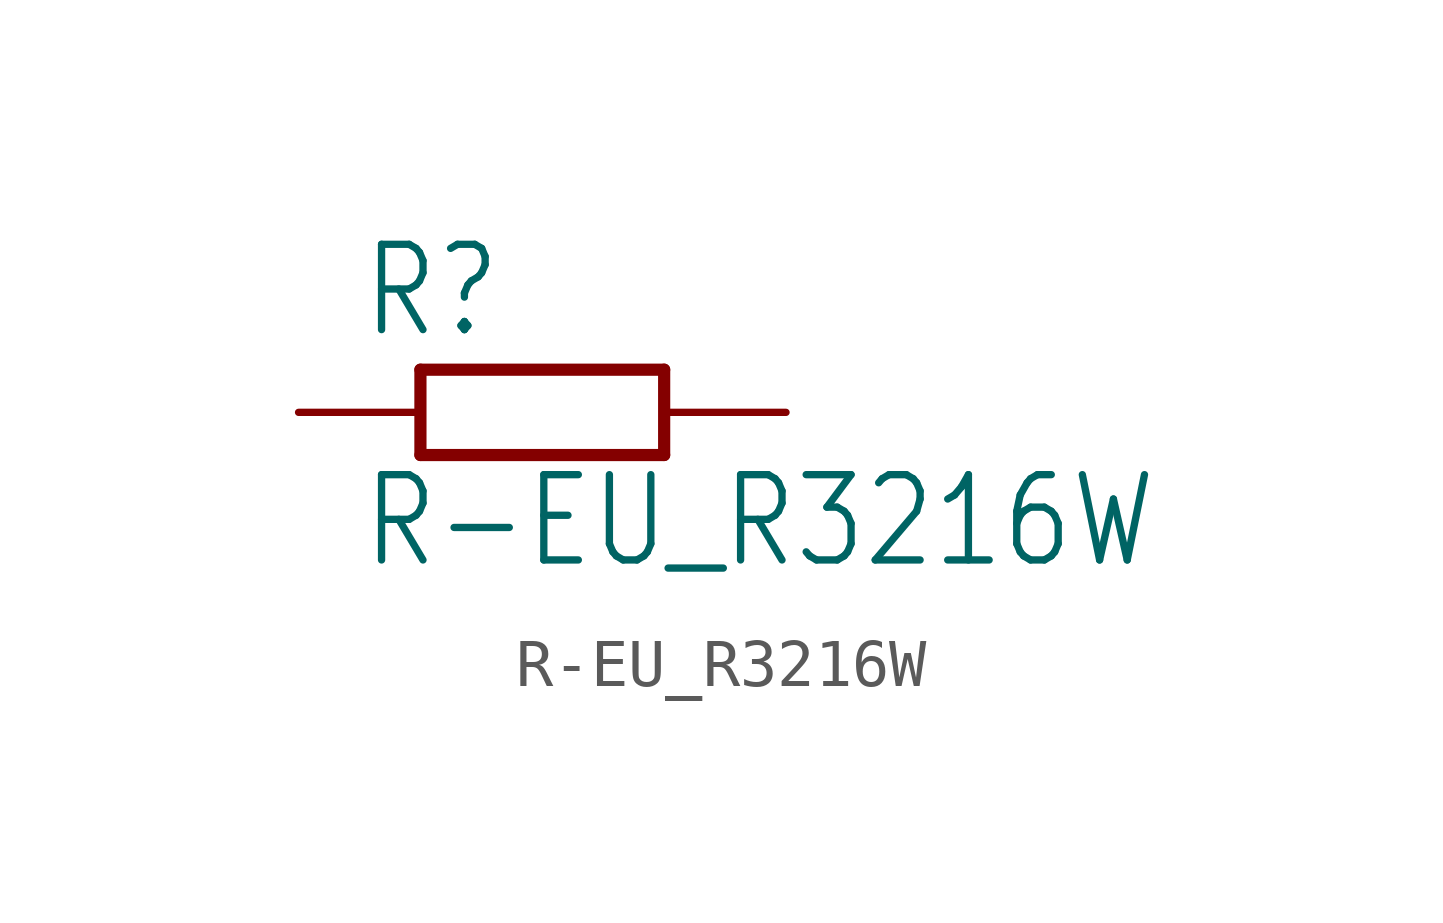
<source format=kicad_sym>
(kicad_symbol_lib
  (version 20211014)
  (generator kicad_symbol_editor)
  (symbol "R-EU_R3216W"
    (property "Reference" "R"
      (at -3.81 1.499 0)
      (effects (font (size 1.778 1.511)) (justify left bottom)))
    (property "Value" "R-EU_R3216W"
      (at -3.81 -3.302 0)
      (effects (font (size 1.778 1.511)) (justify left bottom)))
    (property "ki_locked" ""
      (at 0 0 0)
      (effects (font (size 1.27 1.27))))
    (symbol "R-EU_R3216W_1_0"
      (polyline (pts (xy -2.54 -0.889) (xy -2.54 0.889)) (stroke (width 0.254) (type default) (color 0 0 0 0)) (fill (type none)))
      (polyline (pts (xy -2.54 -0.889) (xy 2.54 -0.889)) (stroke (width 0.254) (type default) (color 0 0 0 0)) (fill (type none)))
      (polyline (pts (xy 2.54 -0.889) (xy 2.54 0.889)) (stroke (width 0.254) (type default) (color 0 0 0 0)) (fill (type none)))
      (polyline (pts (xy 2.54 0.889) (xy -2.54 0.889)) (stroke (width 0.254) (type default) (color 0 0 0 0)) (fill (type none)))
      (pin passive line (at -5.08 0 0) (length 2.54) (name "1" (effects (font (size 0 0)))) (number "1" (effects (font (size 0 0)))))
      (pin passive line (at 5.08 0 180) (length 2.54) (name "2" (effects (font (size 0 0)))) (number "2" (effects (font (size 0 0))))))))
</source>
